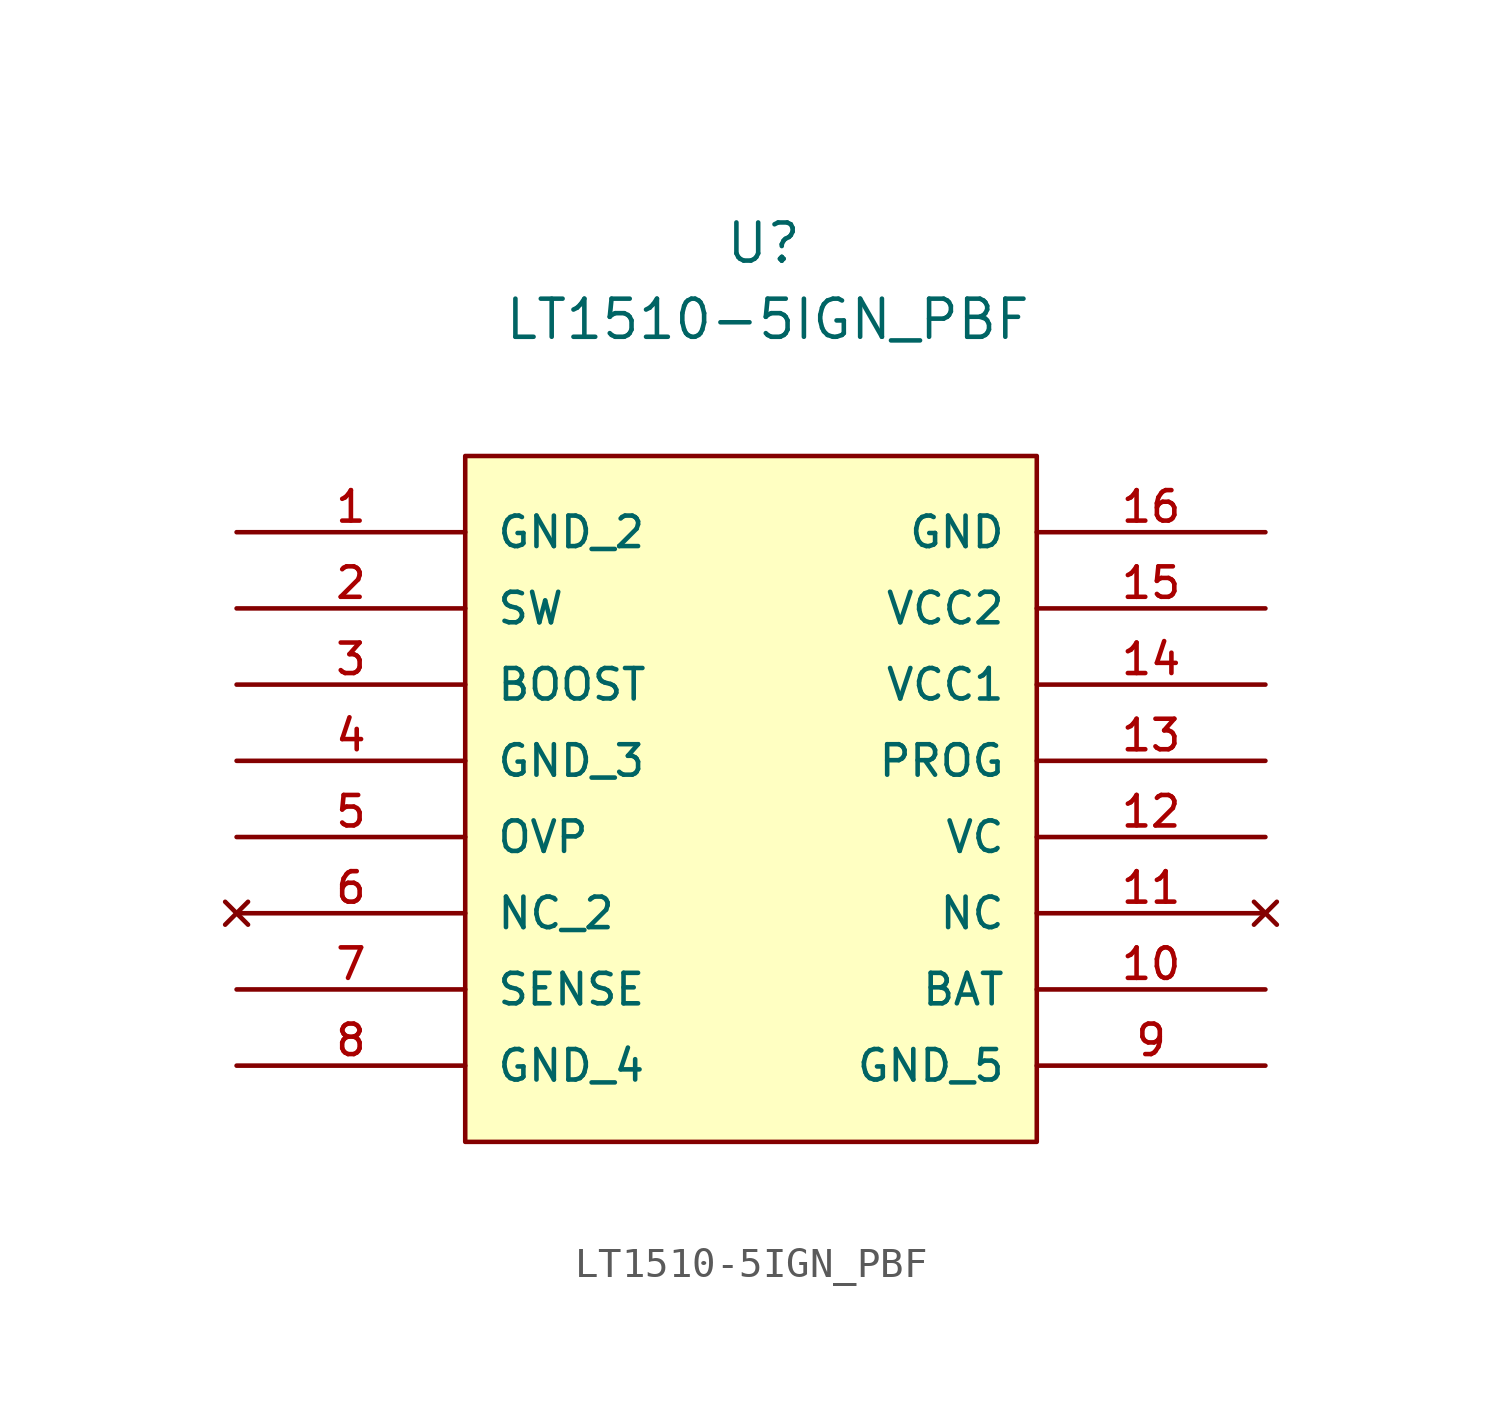
<source format=kicad_sym>
(kicad_symbol_lib
  (version 20231120)
  (generator "kicad_symbol_editor")
  (generator_version "8.0")
  (symbol "LT1510-5IGN_PBF"
    (pin_names
      (offset 1.016))
    (property "Reference" "U"
      (at -1.524 10.16 0)
      (effects (font (size 1.27 1.27)) (justify left bottom)))
    (property "Value" "LT1510-5IGN_PBF"
      (at -8.89 7.62 0)
      (effects (font (size 1.27 1.27)) (justify left bottom)))
    (symbol "LT1510-5IGN_PBF_0_0"
      (rectangle (start -10.16 3.81) (end 8.89 -19.05) (stroke (width 0.152) (type default)) (fill (type background)))
      (pin power_in line (at -17.78 1.27 0) (length 7.62) (name "GND_2" (effects (font (size 1.016 1.016)))) (number "1" (effects (font (size 1.016 1.016)))))
      (pin input line (at 16.51 -13.97 180) (length 7.62) (name "BAT" (effects (font (size 1.016 1.016)))) (number "10" (effects (font (size 1.016 1.016)))))
      (pin no_connect line (at 16.51 -11.43 180) (length 7.62) (name "NC" (effects (font (size 1.016 1.016)))) (number "11" (effects (font (size 1.016 1.016)))))
      (pin passive line (at 16.51 -8.89 180) (length 7.62) (name "VC" (effects (font (size 1.016 1.016)))) (number "12" (effects (font (size 1.016 1.016)))))
      (pin passive line (at 16.51 -6.35 180) (length 7.62) (name "PROG" (effects (font (size 1.016 1.016)))) (number "13" (effects (font (size 1.016 1.016)))))
      (pin power_in line (at 16.51 -3.81 180) (length 7.62) (name "VCC1" (effects (font (size 1.016 1.016)))) (number "14" (effects (font (size 1.016 1.016)))))
      (pin power_in line (at 16.51 -1.27 180) (length 7.62) (name "VCC2" (effects (font (size 1.016 1.016)))) (number "15" (effects (font (size 1.016 1.016)))))
      (pin power_in line (at 16.51 1.27 180) (length 7.62) (name "GND" (effects (font (size 1.016 1.016)))) (number "16" (effects (font (size 1.016 1.016)))))
      (pin output line (at -17.78 -1.27 0) (length 7.62) (name "SW" (effects (font (size 1.016 1.016)))) (number "2" (effects (font (size 1.016 1.016)))))
      (pin passive line (at -17.78 -3.81 0) (length 7.62) (name "BOOST" (effects (font (size 1.016 1.016)))) (number "3" (effects (font (size 1.016 1.016)))))
      (pin power_in line (at -17.78 -6.35 0) (length 7.62) (name "GND_3" (effects (font (size 1.016 1.016)))) (number "4" (effects (font (size 1.016 1.016)))))
      (pin input line (at -17.78 -8.89 0) (length 7.62) (name "OVP" (effects (font (size 1.016 1.016)))) (number "5" (effects (font (size 1.016 1.016)))))
      (pin no_connect line (at -17.78 -11.43 0) (length 7.62) (name "NC_2" (effects (font (size 1.016 1.016)))) (number "6" (effects (font (size 1.016 1.016)))))
      (pin input line (at -17.78 -13.97 0) (length 7.62) (name "SENSE" (effects (font (size 1.016 1.016)))) (number "7" (effects (font (size 1.016 1.016)))))
      (pin power_in line (at -17.78 -16.51 0) (length 7.62) (name "GND_4" (effects (font (size 1.016 1.016)))) (number "8" (effects (font (size 1.016 1.016)))))
      (pin power_in line (at 16.51 -16.51 180) (length 7.62) (name "GND_5" (effects (font (size 1.016 1.016)))) (number "9" (effects (font (size 1.016 1.016))))))))
</source>
